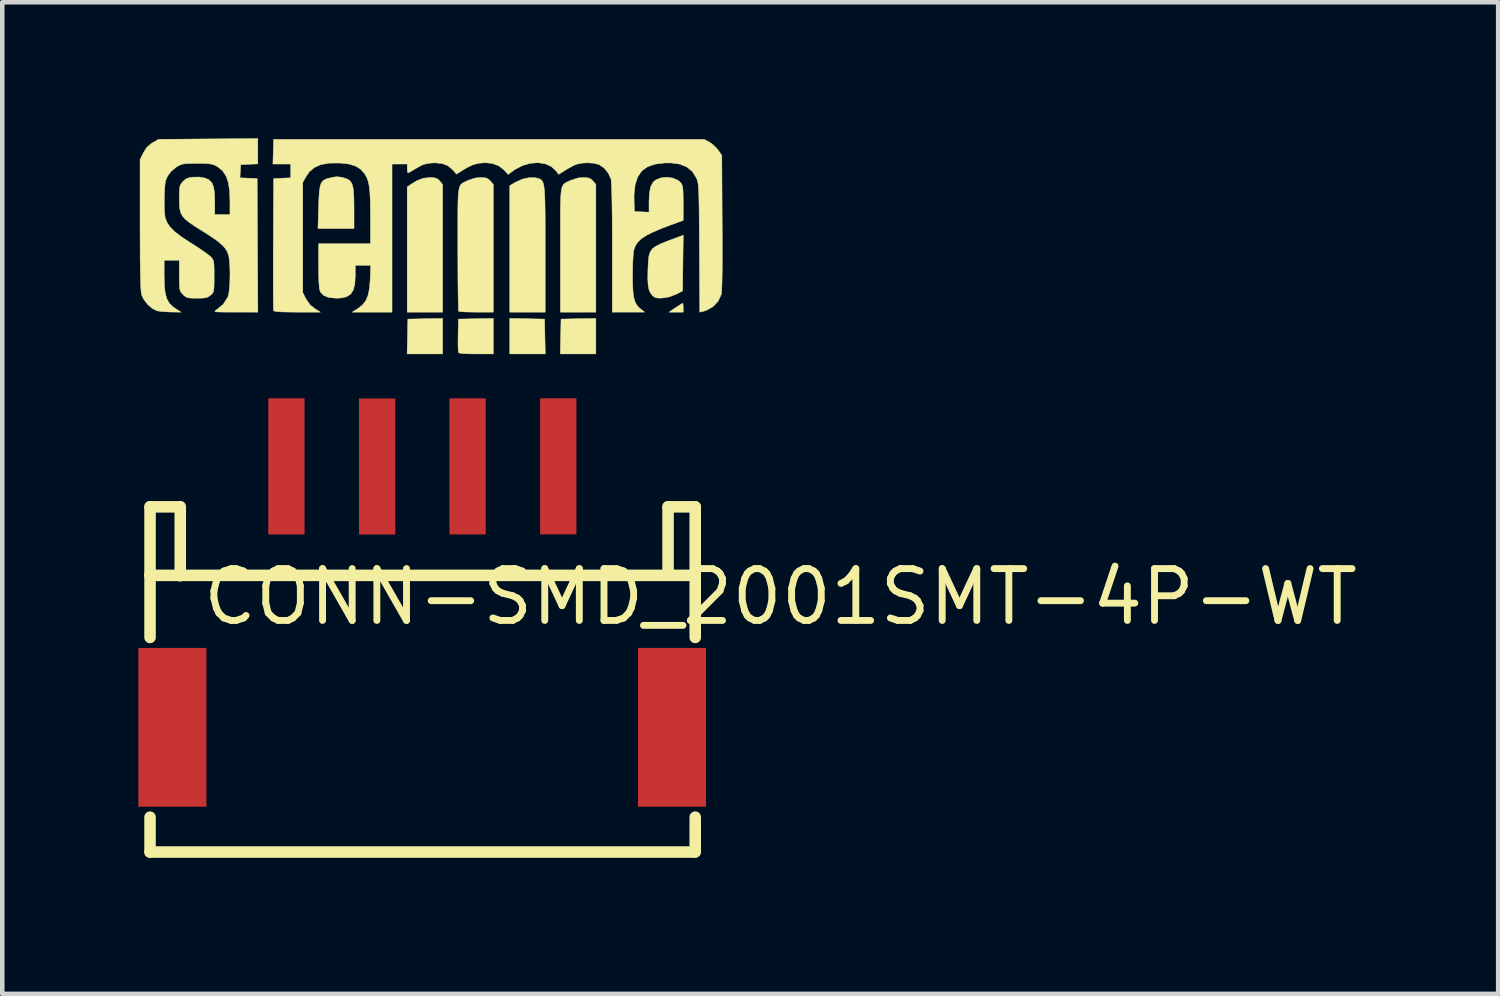
<source format=kicad_pcb>
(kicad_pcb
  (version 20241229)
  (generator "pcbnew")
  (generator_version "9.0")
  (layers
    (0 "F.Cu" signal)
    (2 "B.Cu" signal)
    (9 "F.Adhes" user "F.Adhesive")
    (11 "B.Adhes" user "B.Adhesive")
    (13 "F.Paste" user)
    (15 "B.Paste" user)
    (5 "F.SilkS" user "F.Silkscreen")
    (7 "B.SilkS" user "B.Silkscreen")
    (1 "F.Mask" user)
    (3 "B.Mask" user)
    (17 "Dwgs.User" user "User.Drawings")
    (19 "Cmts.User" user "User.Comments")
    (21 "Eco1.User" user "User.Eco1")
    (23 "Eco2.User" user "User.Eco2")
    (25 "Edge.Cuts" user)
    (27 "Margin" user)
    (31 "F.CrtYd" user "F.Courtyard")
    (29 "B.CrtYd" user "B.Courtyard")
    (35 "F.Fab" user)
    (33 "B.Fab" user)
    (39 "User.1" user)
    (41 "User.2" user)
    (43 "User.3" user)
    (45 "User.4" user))
  (footprint "CONN-SMD_2001SMT-4P-WT"
    (layer "F.Cu")
    (at 6.258 10.108)
    (property "Reference" "CONN-SMD_2001SMT-4P-WT" (at 7.9 0 0) (layer "F.SilkS") (effects (font (size 1.143 1.143) (thickness 0.152))))
    (attr smd)
    (fp_line (start -6 -0.483) (end -6 -1.984) (stroke (width 0.254) (type solid)) (layer "F.SilkS"))
    (fp_line (start -6 -0.483) (end -6 0.896) (stroke (width 0.254) (type solid)) (layer "F.SilkS"))
    (fp_line (start -6 4.858) (end -6 5.627) (stroke (width 0.254) (type solid)) (layer "F.SilkS"))
    (fp_line (start -5.4 -1.984) (end -6 -1.984) (stroke (width 0.254) (type solid)) (layer "F.SilkS"))
    (fp_line (start -5.334 -1.988) (end -5.334 -0.464) (stroke (width 0.254) (type solid)) (layer "F.SilkS"))
    (fp_line (start 5.421 -0.483) (end 5.421 -1.984) (stroke (width 0.254) (type solid)) (layer "F.SilkS"))
    (fp_line (start 6.007 -0.473) (end -6 -0.473) (stroke (width 0.254) (type solid)) (layer "F.SilkS"))
    (fp_line (start 6.007 5.627) (end -6 5.627) (stroke (width 0.254) (type solid)) (layer "F.SilkS"))
    (fp_line (start 6.02 -1.984) (end 5.421 -1.984) (stroke (width 0.254) (type solid)) (layer "F.SilkS"))
    (fp_line (start 6.02 -0.483) (end 6.02 -1.984) (stroke (width 0.254) (type solid)) (layer "F.SilkS"))
    (fp_line (start 6.02 -0.483) (end 6.02 0.896) (stroke (width 0.254) (type solid)) (layer "F.SilkS"))
    (fp_line (start 6.02 4.858) (end 6.02 5.627) (stroke (width 0.254) (type solid)) (layer "F.SilkS"))
    (fp_poly (pts (xy 3.829 -5.355) (xy 3.045 -5.355) (xy 3.061 -6.123) (xy 3.445 -6.131) (xy 3.829 -6.138) (xy 3.829 -5.355)) (stroke (width 0.01) (type solid)) (fill yes) (layer "F.SilkS"))
    (fp_poly (pts (xy 0.451 -5.355) (xy -0.332 -5.355) (xy -0.324 -5.739) (xy -0.316 -6.123) (xy 0.067 -6.131) (xy 0.451 -6.138) (xy 0.451 -5.355)) (stroke (width 0.01) (type solid)) (fill yes) (layer "F.SilkS"))
    (fp_poly (pts (xy 2.314 -6.131) (xy 2.698 -6.123) (xy 2.706 -5.739) (xy 2.714 -5.355) (xy 1.931 -5.355) (xy 1.931 -6.138) (xy 2.314 -6.131)) (stroke (width 0.01) (type solid)) (fill yes) (layer "F.SilkS"))
    (fp_poly (pts (xy 5.751 -6.447) (xy 5.754 -6.387) (xy 5.755 -6.374) (xy 5.755 -6.276) (xy 5.442 -6.276) (xy 5.587 -6.374) (xy 5.664 -6.425) (xy 5.721 -6.46) (xy 5.743 -6.472) (xy 5.751 -6.447)) (stroke (width 0.01) (type solid)) (fill yes) (layer "F.SilkS"))
    (fp_poly (pts (xy 0.264 -9.239) (xy 0.325 -9.222) (xy 0.372 -9.184) (xy 0.386 -9.168) (xy 0.451 -9.092) (xy 0.451 -6.276) (xy -0.33 -6.276) (xy -0.33 -9.036) (xy -0.254 -9.09) (xy -0.108 -9.179) (xy 0.025 -9.228) (xy 0.163 -9.243) (xy 0.169 -9.243) (xy 0.264 -9.239)) (stroke (width 0.01) (type solid)) (fill yes) (layer "F.SilkS"))
    (fp_poly (pts (xy 1.568 -5.355) (xy 1.19 -5.355) (xy 1.027 -5.357) (xy 0.913 -5.362) (xy 0.841 -5.37) (xy 0.805 -5.383) (xy 0.798 -5.392) (xy 0.794 -5.433) (xy 0.791 -5.517) (xy 0.79 -5.633) (xy 0.792 -5.768) (xy 0.792 -5.776) (xy 0.8 -6.123) (xy 1.184 -6.131) (xy 1.568 -6.138) (xy 1.568 -5.355)) (stroke (width 0.01) (type solid)) (fill yes) (layer "F.SilkS"))
    (fp_poly (pts (xy 2.507 -9.238) (xy 2.526 -9.233) (xy 2.566 -9.222) (xy 2.6 -9.208) (xy 2.629 -9.189) (xy 2.652 -9.159) (xy 2.67 -9.114) (xy 2.684 -9.049) (xy 2.695 -8.96) (xy 2.702 -8.842) (xy 2.707 -8.691) (xy 2.71 -8.502) (xy 2.712 -8.271) (xy 2.712 -7.994) (xy 2.712 -7.665) (xy 2.712 -6.276) (xy 1.931 -6.276) (xy 1.931 -9.065) (xy 2.049 -9.135) (xy 2.209 -9.208) (xy 2.366 -9.243) (xy 2.507 -9.238)) (stroke (width 0.01) (type solid)) (fill yes) (layer "F.SilkS"))
    (fp_poly (pts (xy -1.775 -9.248) (xy -1.718 -9.233) (xy -1.646 -9.208) (xy -1.592 -9.171) (xy -1.553 -9.116) (xy -1.527 -9.034) (xy -1.512 -8.919) (xy -1.505 -8.763) (xy -1.503 -8.572) (xy -1.503 -8.119) (xy -1.9 -8.119) (xy -2.298 -8.119) (xy -2.284 -8.588) (xy -2.277 -8.785) (xy -2.267 -8.934) (xy -2.251 -9.042) (xy -2.227 -9.118) (xy -2.192 -9.168) (xy -2.143 -9.201) (xy -2.077 -9.224) (xy -2.05 -9.231) (xy -1.942 -9.255) (xy -1.859 -9.261) (xy -1.775 -9.248)) (stroke (width 0.01) (type solid)) (fill yes) (layer "F.SilkS"))
    (fp_poly (pts (xy 3.642 -9.239) (xy 3.703 -9.221) (xy 3.75 -9.183) (xy 3.764 -9.168) (xy 3.829 -9.092) (xy 3.829 -6.276) (xy 3.047 -6.276) (xy 3.047 -7.654) (xy 3.047 -7.971) (xy 3.047 -8.237) (xy 3.047 -8.457) (xy 3.049 -8.636) (xy 3.053 -8.777) (xy 3.06 -8.887) (xy 3.07 -8.97) (xy 3.084 -9.031) (xy 3.104 -9.074) (xy 3.129 -9.104) (xy 3.16 -9.127) (xy 3.198 -9.146) (xy 3.244 -9.168) (xy 3.27 -9.18) (xy 3.438 -9.235) (xy 3.547 -9.243) (xy 3.642 -9.239)) (stroke (width 0.01) (type solid)) (fill yes) (layer "F.SilkS"))
    (fp_poly (pts (xy 5.748 -7.359) (xy 5.741 -6.744) (xy 5.603 -6.672) (xy 5.444 -6.612) (xy 5.305 -6.589) (xy 5.209 -6.585) (xy 5.148 -6.594) (xy 5.101 -6.622) (xy 5.074 -6.647) (xy 5.03 -6.703) (xy 5 -6.773) (xy 4.982 -6.868) (xy 4.974 -6.996) (xy 4.976 -7.167) (xy 4.978 -7.238) (xy 4.986 -7.394) (xy 4.999 -7.512) (xy 5.026 -7.601) (xy 5.073 -7.67) (xy 5.148 -7.727) (xy 5.257 -7.782) (xy 5.408 -7.843) (xy 5.499 -7.877) (xy 5.756 -7.973) (xy 5.748 -7.359)) (stroke (width 0.01) (type solid)) (fill yes) (layer "F.SilkS"))
    (fp_poly (pts (xy 1.381 -9.239) (xy 1.442 -9.221) (xy 1.489 -9.183) (xy 1.503 -9.168) (xy 1.568 -9.092) (xy 1.568 -6.276) (xy 1.196 -6.276) (xy 1.057 -6.278) (xy 0.938 -6.281) (xy 0.852 -6.287) (xy 0.808 -6.294) (xy 0.805 -6.295) (xy 0.801 -6.326) (xy 0.798 -6.407) (xy 0.794 -6.533) (xy 0.792 -6.699) (xy 0.789 -6.898) (xy 0.788 -7.126) (xy 0.787 -7.378) (xy 0.786 -7.646) (xy 0.786 -7.672) (xy 0.786 -7.987) (xy 0.786 -8.251) (xy 0.786 -8.469) (xy 0.788 -8.645) (xy 0.792 -8.785) (xy 0.799 -8.894) (xy 0.81 -8.975) (xy 0.824 -9.034) (xy 0.844 -9.076) (xy 0.87 -9.106) (xy 0.902 -9.128) (xy 0.941 -9.148) (xy 0.988 -9.17) (xy 1.009 -9.18) (xy 1.177 -9.235) (xy 1.286 -9.243) (xy 1.381 -9.239)) (stroke (width 0.01) (type solid)) (fill yes) (layer "F.SilkS"))
    (fp_poly (pts (xy -3.624 -9.545) (xy -4.001 -9.528) (xy -4.018 -9.238) (xy -3.828 -9.229) (xy -3.638 -9.221) (xy -3.631 -7.749) (xy -3.623 -6.276) (xy -4.119 -6.277) (xy -4.296 -6.277) (xy -4.423 -6.278) (xy -4.508 -6.28) (xy -4.555 -6.285) (xy -4.572 -6.294) (xy -4.565 -6.306) (xy -4.541 -6.323) (xy -4.531 -6.329) (xy -4.388 -6.448) (xy -4.289 -6.6) (xy -4.281 -6.618) (xy -4.262 -6.695) (xy -4.248 -6.813) (xy -4.24 -6.957) (xy -4.237 -7.113) (xy -4.24 -7.267) (xy -4.249 -7.404) (xy -4.263 -7.508) (xy -4.27 -7.535) (xy -4.3 -7.614) (xy -4.346 -7.687) (xy -4.413 -7.76) (xy -4.508 -7.84) (xy -4.638 -7.932) (xy -4.81 -8.043) (xy -4.838 -8.06) (xy -5.008 -8.167) (xy -5.136 -8.254) (xy -5.228 -8.329) (xy -5.289 -8.4) (xy -5.327 -8.475) (xy -5.346 -8.563) (xy -5.354 -8.673) (xy -5.355 -8.778) (xy -5.354 -8.909) (xy -5.349 -8.998) (xy -5.339 -9.057) (xy -5.319 -9.1) (xy -5.288 -9.14) (xy -5.278 -9.152) (xy -5.218 -9.207) (xy -5.15 -9.237) (xy -5.05 -9.253) (xy -5.047 -9.253) (xy -4.907 -9.254) (xy -4.785 -9.231) (xy -4.782 -9.231) (xy -4.7 -9.192) (xy -4.641 -9.133) (xy -4.603 -9.047) (xy -4.581 -8.924) (xy -4.573 -8.756) (xy -4.573 -8.712) (xy -4.573 -8.426) (xy -4.238 -8.426) (xy -4.238 -8.728) (xy -4.246 -8.954) (xy -4.274 -9.134) (xy -4.323 -9.276) (xy -4.396 -9.387) (xy -4.498 -9.474) (xy -4.553 -9.507) (xy -4.608 -9.53) (xy -4.679 -9.545) (xy -4.78 -9.553) (xy -4.921 -9.556) (xy -4.964 -9.556) (xy -5.105 -9.555) (xy -5.205 -9.551) (xy -5.277 -9.541) (xy -5.334 -9.522) (xy -5.39 -9.494) (xy -5.411 -9.482) (xy -5.529 -9.387) (xy -5.606 -9.287) (xy -5.636 -9.229) (xy -5.656 -9.171) (xy -5.669 -9.099) (xy -5.678 -9) (xy -5.684 -8.862) (xy -5.685 -8.815) (xy -5.686 -8.647) (xy -5.682 -8.501) (xy -5.671 -8.39) (xy -5.663 -8.346) (xy -5.623 -8.247) (xy -5.556 -8.151) (xy -5.456 -8.051) (xy -5.316 -7.943) (xy -5.131 -7.82) (xy -5.085 -7.791) (xy -4.955 -7.708) (xy -4.836 -7.628) (xy -4.738 -7.559) (xy -4.675 -7.508) (xy -4.665 -7.498) (xy -4.632 -7.463) (xy -4.611 -7.428) (xy -4.597 -7.383) (xy -4.59 -7.316) (xy -4.587 -7.216) (xy -4.587 -7.072) (xy -4.587 -7.068) (xy -4.587 -6.923) (xy -4.59 -6.823) (xy -4.596 -6.757) (xy -4.609 -6.714) (xy -4.63 -6.683) (xy -4.661 -6.654) (xy -4.665 -6.651) (xy -4.712 -6.616) (xy -4.764 -6.596) (xy -4.837 -6.586) (xy -4.948 -6.584) (xy -4.967 -6.584) (xy -5.081 -6.585) (xy -5.155 -6.592) (xy -5.205 -6.609) (xy -5.248 -6.641) (xy -5.273 -6.665) (xy -5.307 -6.701) (xy -5.33 -6.735) (xy -5.344 -6.78) (xy -5.351 -6.845) (xy -5.354 -6.944) (xy -5.355 -7.084) (xy -5.355 -7.421) (xy -5.689 -7.421) (xy -5.689 -7.07) (xy -5.684 -6.862) (xy -5.666 -6.7) (xy -5.632 -6.575) (xy -5.579 -6.478) (xy -5.504 -6.401) (xy -5.442 -6.356) (xy -5.316 -6.276) (xy -5.537 -6.279) (xy -5.657 -6.284) (xy -5.767 -6.293) (xy -5.845 -6.306) (xy -5.851 -6.308) (xy -5.952 -6.359) (xy -6.053 -6.447) (xy -6.136 -6.554) (xy -6.186 -6.657) (xy -6.194 -6.702) (xy -6.201 -6.78) (xy -6.207 -6.892) (xy -6.211 -7.043) (xy -6.215 -7.236) (xy -6.218 -7.474) (xy -6.219 -7.761) (xy -6.22 -8.098) (xy -6.22 -8.207) (xy -6.22 -9.643) (xy -6.147 -9.788) (xy -6.076 -9.903) (xy -5.984 -9.985) (xy -5.945 -10.01) (xy -5.815 -10.086) (xy -4.72 -10.095) (xy -3.624 -10.103) (xy -3.624 -9.545)) (stroke (width 0.01) (type solid)) (fill yes) (layer "F.SilkS"))
    (fp_poly (pts (xy 6.327 -10.028) (xy 6.412 -9.968) (xy 6.495 -9.886) (xy 6.522 -9.851) (xy 6.606 -9.733) (xy 6.614 -8.249) (xy 6.616 -7.862) (xy 6.616 -7.531) (xy 6.615 -7.253) (xy 6.612 -7.029) (xy 6.608 -6.858) (xy 6.602 -6.739) (xy 6.595 -6.671) (xy 6.593 -6.662) (xy 6.521 -6.512) (xy 6.407 -6.394) (xy 6.259 -6.313) (xy 6.195 -6.294) (xy 6.12 -6.276) (xy 6.112 -7.693) (xy 6.11 -8.011) (xy 6.108 -8.278) (xy 6.106 -8.499) (xy 6.103 -8.679) (xy 6.1 -8.823) (xy 6.096 -8.936) (xy 6.092 -9.023) (xy 6.085 -9.089) (xy 6.078 -9.138) (xy 6.068 -9.176) (xy 6.057 -9.208) (xy 6.044 -9.238) (xy 5.956 -9.377) (xy 5.837 -9.476) (xy 5.683 -9.539) (xy 5.489 -9.566) (xy 5.339 -9.565) (xy 5.132 -9.539) (xy 4.967 -9.481) (xy 4.84 -9.388) (xy 4.75 -9.257) (xy 4.695 -9.086) (xy 4.671 -8.872) (xy 4.672 -8.715) (xy 4.68 -8.495) (xy 4.84 -8.487) (xy 5.001 -8.479) (xy 5.001 -8.718) (xy 5.01 -8.904) (xy 5.039 -9.042) (xy 5.089 -9.138) (xy 5.145 -9.188) (xy 5.263 -9.236) (xy 5.397 -9.25) (xy 5.529 -9.231) (xy 5.641 -9.181) (xy 5.692 -9.137) (xy 5.717 -9.104) (xy 5.734 -9.067) (xy 5.745 -9.015) (xy 5.751 -8.938) (xy 5.754 -8.826) (xy 5.755 -8.682) (xy 5.755 -8.299) (xy 5.496 -8.205) (xy 5.263 -8.116) (xy 5.078 -8.037) (xy 4.935 -7.964) (xy 4.828 -7.892) (xy 4.752 -7.818) (xy 4.7 -7.738) (xy 4.667 -7.65) (xy 4.657 -7.587) (xy 4.649 -7.48) (xy 4.642 -7.342) (xy 4.639 -7.185) (xy 4.638 -7.093) (xy 4.64 -6.884) (xy 4.649 -6.722) (xy 4.665 -6.598) (xy 4.692 -6.505) (xy 4.73 -6.433) (xy 4.783 -6.373) (xy 4.816 -6.346) (xy 4.903 -6.277) (xy 4.547 -6.277) (xy 4.191 -6.276) (xy 4.191 -7.693) (xy 4.191 -8.038) (xy 4.189 -8.344) (xy 4.186 -8.608) (xy 4.182 -8.829) (xy 4.177 -9.003) (xy 4.171 -9.128) (xy 4.165 -9.201) (xy 4.162 -9.213) (xy 4.104 -9.341) (xy 4.013 -9.452) (xy 3.903 -9.528) (xy 3.894 -9.532) (xy 3.786 -9.559) (xy 3.65 -9.569) (xy 3.513 -9.561) (xy 3.407 -9.538) (xy 3.331 -9.505) (xy 3.234 -9.453) (xy 3.16 -9.409) (xy 3.009 -9.313) (xy 2.955 -9.387) (xy 2.85 -9.485) (xy 2.714 -9.547) (xy 2.555 -9.571) (xy 2.384 -9.558) (xy 2.21 -9.508) (xy 2.043 -9.42) (xy 1.992 -9.384) (xy 1.897 -9.312) (xy 1.817 -9.4) (xy 1.692 -9.501) (xy 1.539 -9.557) (xy 1.391 -9.57) (xy 1.25 -9.56) (xy 1.123 -9.527) (xy 0.989 -9.463) (xy 0.904 -9.412) (xy 0.757 -9.319) (xy 0.672 -9.415) (xy 0.571 -9.502) (xy 0.447 -9.552) (xy 0.291 -9.568) (xy 0.214 -9.565) (xy 0.098 -9.551) (xy 0.001 -9.521) (xy -0.106 -9.464) (xy -0.129 -9.45) (xy -0.214 -9.399) (xy -0.28 -9.362) (xy -0.313 -9.347) (xy -0.314 -9.347) (xy -0.325 -9.371) (xy -0.33 -9.432) (xy -0.33 -9.445) (xy -0.33 -9.542) (xy -0.665 -9.542) (xy -0.665 -6.276) (xy -1.541 -6.276) (xy -1.415 -6.357) (xy -1.314 -6.436) (xy -1.24 -6.533) (xy -1.19 -6.657) (xy -1.16 -6.817) (xy -1.145 -7.009) (xy -1.134 -7.309) (xy -1.475 -7.309) (xy -1.475 -7.085) (xy -1.485 -6.902) (xy -1.518 -6.766) (xy -1.578 -6.672) (xy -1.671 -6.614) (xy -1.8 -6.587) (xy -1.893 -6.584) (xy -2.053 -6.598) (xy -2.168 -6.642) (xy -2.241 -6.717) (xy -2.251 -6.736) (xy -2.265 -6.8) (xy -2.276 -6.917) (xy -2.282 -7.085) (xy -2.284 -7.297) (xy -2.284 -7.784) (xy -1.14 -7.784) (xy -1.14 -8.377) (xy -1.142 -8.614) (xy -1.147 -8.803) (xy -1.156 -8.953) (xy -1.17 -9.07) (xy -1.191 -9.163) (xy -1.219 -9.239) (xy -1.255 -9.307) (xy -1.267 -9.325) (xy -1.354 -9.426) (xy -1.469 -9.497) (xy -1.618 -9.542) (xy -1.81 -9.564) (xy -1.824 -9.564) (xy -2.048 -9.562) (xy -2.23 -9.53) (xy -2.376 -9.466) (xy -2.49 -9.368) (xy -2.563 -9.262) (xy -2.633 -9.137) (xy -2.633 -6.709) (xy -2.566 -6.573) (xy -2.474 -6.439) (xy -2.372 -6.357) (xy -2.245 -6.276) (xy -2.754 -6.276) (xy -2.948 -6.278) (xy -3.091 -6.281) (xy -3.189 -6.287) (xy -3.249 -6.296) (xy -3.275 -6.309) (xy -3.276 -6.311) (xy -3.279 -6.345) (xy -3.281 -6.43) (xy -3.282 -6.559) (xy -3.283 -6.728) (xy -3.284 -6.932) (xy -3.284 -7.164) (xy -3.284 -7.42) (xy -3.283 -7.694) (xy -3.282 -7.784) (xy -3.275 -9.221) (xy -3.087 -9.229) (xy -2.898 -9.238) (xy -2.898 -9.542) (xy -3.291 -9.542) (xy -3.283 -9.814) (xy -3.275 -10.086) (xy 6.215 -10.086) (xy 6.327 -10.028)) (stroke (width 0.01) (type solid)) (fill yes) (layer "F.SilkS"))
    (pad "1" smd rect (at 3 -2.877 270) (size 3 0.8) (layers "F.Cu" "F.Mask" "F.Paste"))
    (pad "2" smd rect (at 1.001 -2.876 270) (size 3 0.8) (layers "F.Cu" "F.Mask" "F.Paste"))
    (pad "3" smd rect (at -0.993 -2.873 270) (size 3 0.8) (layers "F.Cu" "F.Mask" "F.Paste"))
    (pad "4" smd rect (at -2.993 -2.876 270) (size 3 0.8) (layers "F.Cu" "F.Mask" "F.Paste"))
    (pad "5" smd rect (at -5.508 2.877 270) (size 3.5 1.5) (layers "F.Cu" "F.Mask" "F.Paste"))
    (pad "6" smd rect (at 5.508 2.877 270) (size 3.5 1.5) (layers "F.Cu" "F.Mask" "F.Paste")))
  (gr_rect
    (start -3 -3)
    (end 29.981 18.862)
    (stroke (width 0.1) (type default))
    (fill no)
    (layer "Edge.Cuts")))
</source>
